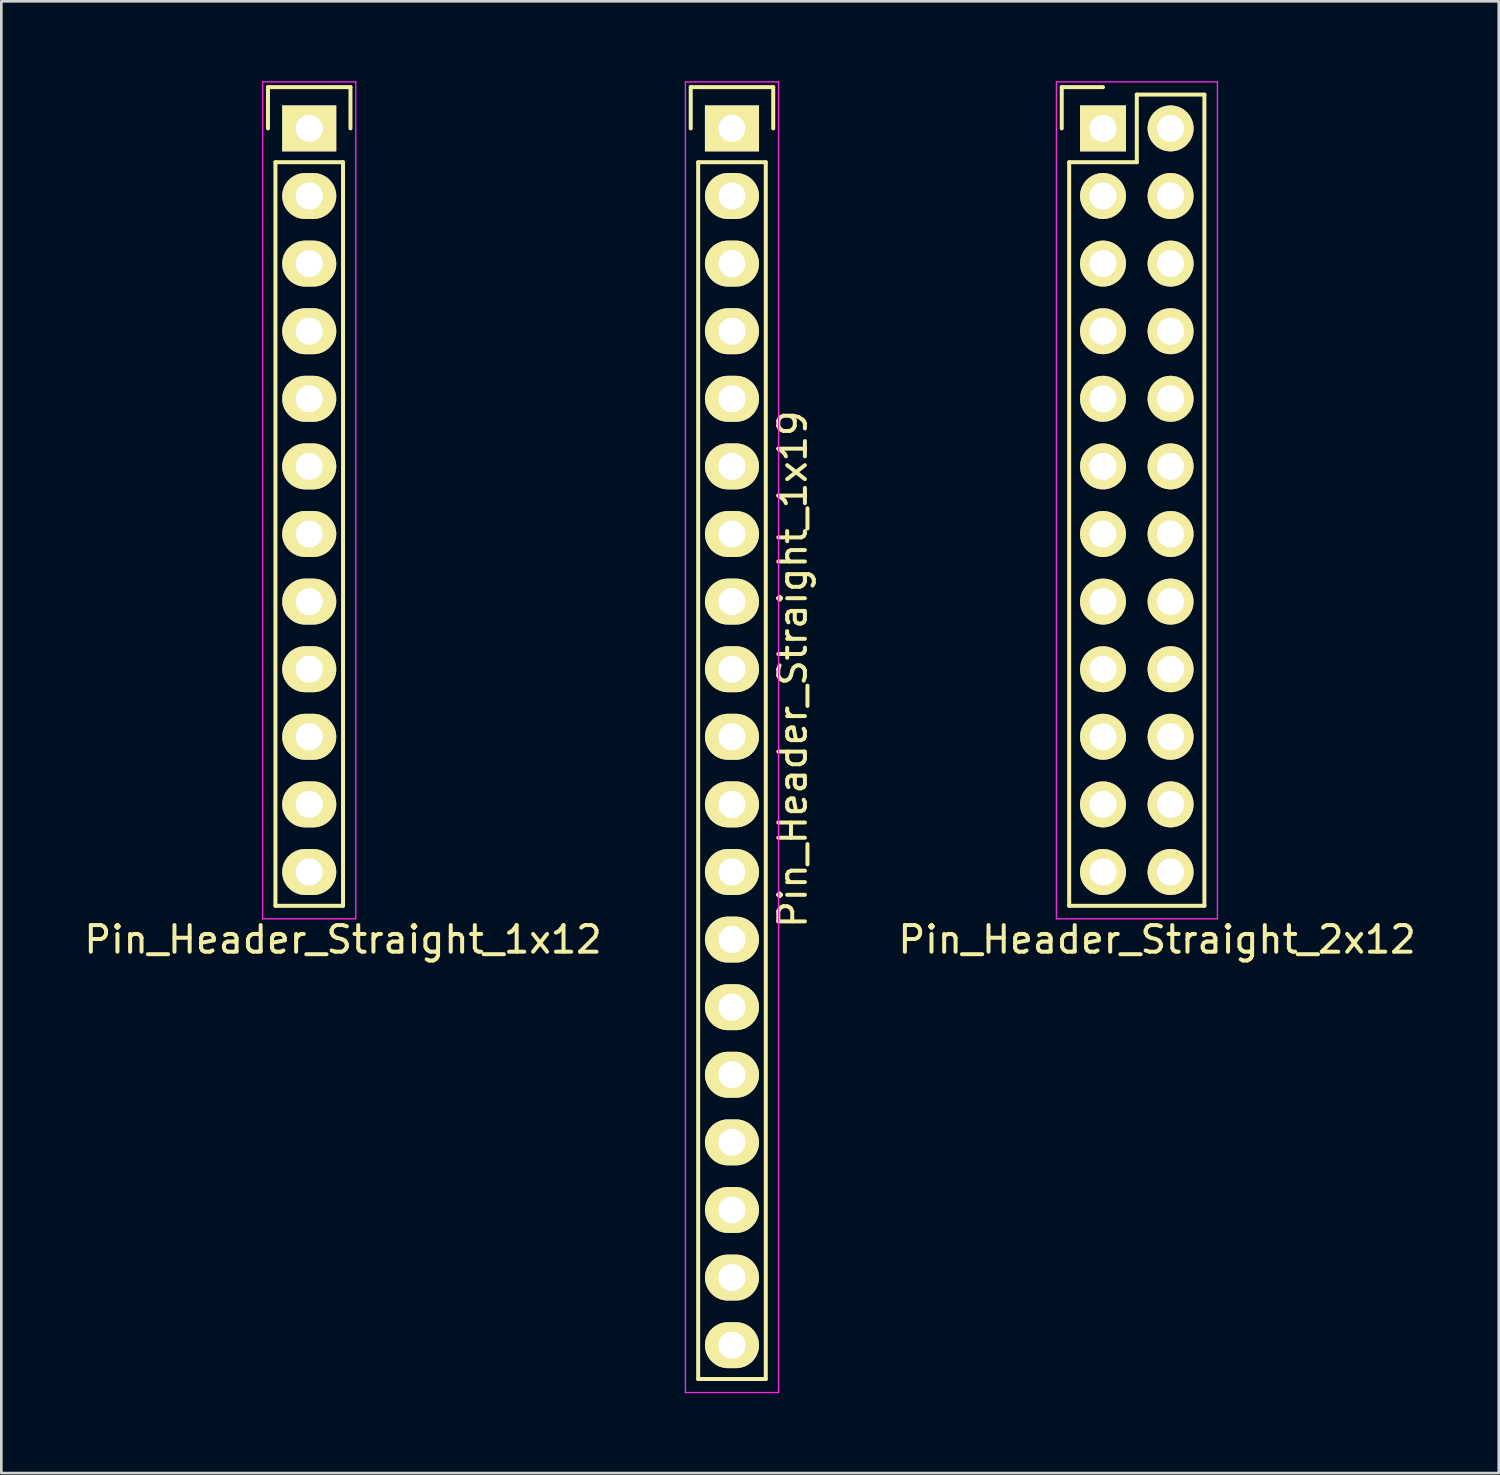
<source format=kicad_pcb>
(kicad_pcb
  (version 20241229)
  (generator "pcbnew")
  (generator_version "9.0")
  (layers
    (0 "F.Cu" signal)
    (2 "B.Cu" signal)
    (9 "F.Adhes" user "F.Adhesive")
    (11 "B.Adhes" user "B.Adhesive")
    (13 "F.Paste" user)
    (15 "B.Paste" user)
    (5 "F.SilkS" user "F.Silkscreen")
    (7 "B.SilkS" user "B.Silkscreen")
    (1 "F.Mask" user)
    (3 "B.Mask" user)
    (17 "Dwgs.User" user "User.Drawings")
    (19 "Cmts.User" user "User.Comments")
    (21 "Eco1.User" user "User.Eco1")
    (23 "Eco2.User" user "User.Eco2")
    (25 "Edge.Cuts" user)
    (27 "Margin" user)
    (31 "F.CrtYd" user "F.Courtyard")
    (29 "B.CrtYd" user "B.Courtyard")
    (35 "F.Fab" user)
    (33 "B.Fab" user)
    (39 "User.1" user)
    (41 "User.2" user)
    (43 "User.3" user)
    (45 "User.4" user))
  (footprint "Pin_Header_Straight_1x12"
    (layer "F.Cu")
    (at 8.569 1.775)
    (property "Reference" "Pin_Header_Straight_1x12" (at 1.27 30.48 0) (layer "F.SilkS") (effects (font (size 1 1) (thickness 0.15))))
    (attr through_hole)
    (fp_line (start -1.55 -1.55) (end 1.55 -1.55) (stroke (width 0.15) (type solid)) (layer "F.SilkS"))
    (fp_line (start -1.55 0) (end -1.55 -1.55) (stroke (width 0.15) (type solid)) (layer "F.SilkS"))
    (fp_line (start -1.27 29.21) (end -1.27 1.27) (stroke (width 0.15) (type solid)) (layer "F.SilkS"))
    (fp_line (start 1.27 1.27) (end -1.27 1.27) (stroke (width 0.15) (type solid)) (layer "F.SilkS"))
    (fp_line (start 1.27 1.27) (end 1.27 29.21) (stroke (width 0.15) (type solid)) (layer "F.SilkS"))
    (fp_line (start 1.27 29.21) (end -1.27 29.21) (stroke (width 0.15) (type solid)) (layer "F.SilkS"))
    (fp_line (start 1.55 -1.55) (end 1.55 0) (stroke (width 0.15) (type solid)) (layer "F.SilkS"))
    (fp_line (start -1.75 -1.75) (end -1.75 29.7) (stroke (width 0.05) (type solid)) (layer "F.CrtYd"))
    (fp_line (start -1.75 -1.75) (end 1.75 -1.75) (stroke (width 0.05) (type solid)) (layer "F.CrtYd"))
    (fp_line (start -1.75 29.7) (end 1.75 29.7) (stroke (width 0.05) (type solid)) (layer "F.CrtYd"))
    (fp_line (start 1.75 -1.75) (end 1.75 29.7) (stroke (width 0.05) (type solid)) (layer "F.CrtYd"))
    (pad "1" thru_hole rect (at 0 0) (size 2.032 1.727) (drill 1.016) (layers "*.Cu" "*.Mask" "F.SilkS"))
    (pad "2" thru_hole oval (at 0 2.54) (size 2.032 1.727) (drill 1.016) (layers "*.Cu" "*.Mask" "F.SilkS"))
    (pad "3" thru_hole oval (at 0 5.08) (size 2.032 1.727) (drill 1.016) (layers "*.Cu" "*.Mask" "F.SilkS"))
    (pad "4" thru_hole oval (at 0 7.62) (size 2.032 1.727) (drill 1.016) (layers "*.Cu" "*.Mask" "F.SilkS"))
    (pad "5" thru_hole oval (at 0 10.16) (size 2.032 1.727) (drill 1.016) (layers "*.Cu" "*.Mask" "F.SilkS"))
    (pad "6" thru_hole oval (at 0 12.7) (size 2.032 1.727) (drill 1.016) (layers "*.Cu" "*.Mask" "F.SilkS"))
    (pad "7" thru_hole oval (at 0 15.24) (size 2.032 1.727) (drill 1.016) (layers "*.Cu" "*.Mask" "F.SilkS"))
    (pad "8" thru_hole oval (at 0 17.78) (size 2.032 1.727) (drill 1.016) (layers "*.Cu" "*.Mask" "F.SilkS"))
    (pad "9" thru_hole oval (at 0 20.32) (size 2.032 1.727) (drill 1.016) (layers "*.Cu" "*.Mask" "F.SilkS"))
    (pad "10" thru_hole oval (at 0 22.86) (size 2.032 1.727) (drill 1.016) (layers "*.Cu" "*.Mask" "F.SilkS"))
    (pad "11" thru_hole oval (at 0 25.4) (size 2.032 1.727) (drill 1.016) (layers "*.Cu" "*.Mask" "F.SilkS"))
    (pad "12" thru_hole oval (at 0 27.94) (size 2.032 1.727) (drill 1.016) (layers "*.Cu" "*.Mask" "F.SilkS")))
  (footprint "Pin_Header_Straight_2x12"
    (layer "F.Cu")
    (at 38.395 1.775)
    (property "Reference" "Pin_Header_Straight_2x12" (at 2.032 30.48 0) (layer "F.SilkS") (effects (font (size 1 1) (thickness 0.15))))
    (attr through_hole)
    (fp_line (start -1.55 -1.55) (end -1.55 0) (stroke (width 0.15) (type solid)) (layer "F.SilkS"))
    (fp_line (start -1.27 1.27) (end -1.27 29.21) (stroke (width 0.15) (type solid)) (layer "F.SilkS"))
    (fp_line (start 0 -1.55) (end -1.55 -1.55) (stroke (width 0.15) (type solid)) (layer "F.SilkS"))
    (fp_line (start 1.27 -1.27) (end 1.27 1.27) (stroke (width 0.15) (type solid)) (layer "F.SilkS"))
    (fp_line (start 1.27 1.27) (end -1.27 1.27) (stroke (width 0.15) (type solid)) (layer "F.SilkS"))
    (fp_line (start 3.81 -1.27) (end 1.27 -1.27) (stroke (width 0.15) (type solid)) (layer "F.SilkS"))
    (fp_line (start 3.81 29.21) (end -1.27 29.21) (stroke (width 0.15) (type solid)) (layer "F.SilkS"))
    (fp_line (start 3.81 29.21) (end 3.81 -1.27) (stroke (width 0.15) (type solid)) (layer "F.SilkS"))
    (fp_line (start -1.75 -1.75) (end -1.75 29.7) (stroke (width 0.05) (type solid)) (layer "F.CrtYd"))
    (fp_line (start -1.75 -1.75) (end 4.3 -1.75) (stroke (width 0.05) (type solid)) (layer "F.CrtYd"))
    (fp_line (start -1.75 29.7) (end 4.3 29.7) (stroke (width 0.05) (type solid)) (layer "F.CrtYd"))
    (fp_line (start 4.3 -1.75) (end 4.3 29.7) (stroke (width 0.05) (type solid)) (layer "F.CrtYd"))
    (pad "1" thru_hole rect (at 0 0) (size 1.727 1.727) (drill 1.016) (layers "*.Cu" "*.Mask" "F.SilkS"))
    (pad "2" thru_hole oval (at 2.54 0) (size 1.727 1.727) (drill 1.016) (layers "*.Cu" "*.Mask" "F.SilkS"))
    (pad "3" thru_hole oval (at 0 2.54) (size 1.727 1.727) (drill 1.016) (layers "*.Cu" "*.Mask" "F.SilkS"))
    (pad "4" thru_hole oval (at 2.54 2.54) (size 1.727 1.727) (drill 1.016) (layers "*.Cu" "*.Mask" "F.SilkS"))
    (pad "5" thru_hole oval (at 0 5.08) (size 1.727 1.727) (drill 1.016) (layers "*.Cu" "*.Mask" "F.SilkS"))
    (pad "6" thru_hole oval (at 2.54 5.08) (size 1.727 1.727) (drill 1.016) (layers "*.Cu" "*.Mask" "F.SilkS"))
    (pad "7" thru_hole oval (at 0 7.62) (size 1.727 1.727) (drill 1.016) (layers "*.Cu" "*.Mask" "F.SilkS"))
    (pad "8" thru_hole oval (at 2.54 7.62) (size 1.727 1.727) (drill 1.016) (layers "*.Cu" "*.Mask" "F.SilkS"))
    (pad "9" thru_hole oval (at 0 10.16) (size 1.727 1.727) (drill 1.016) (layers "*.Cu" "*.Mask" "F.SilkS"))
    (pad "10" thru_hole oval (at 2.54 10.16) (size 1.727 1.727) (drill 1.016) (layers "*.Cu" "*.Mask" "F.SilkS"))
    (pad "11" thru_hole oval (at 0 12.7) (size 1.727 1.727) (drill 1.016) (layers "*.Cu" "*.Mask" "F.SilkS"))
    (pad "12" thru_hole oval (at 2.54 12.7) (size 1.727 1.727) (drill 1.016) (layers "*.Cu" "*.Mask" "F.SilkS"))
    (pad "13" thru_hole oval (at 0 15.24) (size 1.727 1.727) (drill 1.016) (layers "*.Cu" "*.Mask" "F.SilkS"))
    (pad "14" thru_hole oval (at 2.54 15.24) (size 1.727 1.727) (drill 1.016) (layers "*.Cu" "*.Mask" "F.SilkS"))
    (pad "15" thru_hole oval (at 0 17.78) (size 1.727 1.727) (drill 1.016) (layers "*.Cu" "*.Mask" "F.SilkS"))
    (pad "16" thru_hole oval (at 2.54 17.78) (size 1.727 1.727) (drill 1.016) (layers "*.Cu" "*.Mask" "F.SilkS"))
    (pad "17" thru_hole oval (at 0 20.32) (size 1.727 1.727) (drill 1.016) (layers "*.Cu" "*.Mask" "F.SilkS"))
    (pad "18" thru_hole oval (at 2.54 20.32) (size 1.727 1.727) (drill 1.016) (layers "*.Cu" "*.Mask" "F.SilkS"))
    (pad "19" thru_hole oval (at 0 22.86) (size 1.727 1.727) (drill 1.016) (layers "*.Cu" "*.Mask" "F.SilkS"))
    (pad "20" thru_hole oval (at 2.54 22.86) (size 1.727 1.727) (drill 1.016) (layers "*.Cu" "*.Mask" "F.SilkS"))
    (pad "21" thru_hole oval (at 0 25.4) (size 1.727 1.727) (drill 1.016) (layers "*.Cu" "*.Mask" "F.SilkS"))
    (pad "22" thru_hole oval (at 2.54 25.4) (size 1.727 1.727) (drill 1.016) (layers "*.Cu" "*.Mask" "F.SilkS"))
    (pad "23" thru_hole oval (at 0 27.94) (size 1.727 1.727) (drill 1.016) (layers "*.Cu" "*.Mask" "F.SilkS"))
    (pad "24" thru_hole oval (at 2.54 27.94) (size 1.727 1.727) (drill 1.016) (layers "*.Cu" "*.Mask" "F.SilkS")))
  (footprint "Pin_Header_Straight_1x19"
    (layer "F.Cu")
    (at 24.454 1.775)
    (property "Reference" "Pin_Header_Straight_1x19" (at 2.286 20.32 90) (layer "F.SilkS") (effects (font (size 1 1) (thickness 0.15))))
    (attr through_hole)
    (fp_line (start -1.55 -1.55) (end 1.55 -1.55) (stroke (width 0.15) (type solid)) (layer "F.SilkS"))
    (fp_line (start -1.55 0) (end -1.55 -1.55) (stroke (width 0.15) (type solid)) (layer "F.SilkS"))
    (fp_line (start -1.27 46.99) (end -1.27 1.27) (stroke (width 0.15) (type solid)) (layer "F.SilkS"))
    (fp_line (start 1.27 1.27) (end -1.27 1.27) (stroke (width 0.15) (type solid)) (layer "F.SilkS"))
    (fp_line (start 1.27 1.27) (end 1.27 46.99) (stroke (width 0.15) (type solid)) (layer "F.SilkS"))
    (fp_line (start 1.27 46.99) (end -1.27 46.99) (stroke (width 0.15) (type solid)) (layer "F.SilkS"))
    (fp_line (start 1.55 -1.55) (end 1.55 0) (stroke (width 0.15) (type solid)) (layer "F.SilkS"))
    (fp_line (start -1.75 -1.75) (end -1.75 47.5) (stroke (width 0.05) (type solid)) (layer "F.CrtYd"))
    (fp_line (start -1.75 -1.75) (end 1.75 -1.75) (stroke (width 0.05) (type solid)) (layer "F.CrtYd"))
    (fp_line (start -1.75 47.5) (end 1.75 47.5) (stroke (width 0.05) (type solid)) (layer "F.CrtYd"))
    (fp_line (start 1.75 -1.75) (end 1.75 47.5) (stroke (width 0.05) (type solid)) (layer "F.CrtYd"))
    (pad "1" thru_hole rect (at 0 0) (size 2.032 1.727) (drill 1.016) (layers "*.Cu" "*.Mask" "F.SilkS"))
    (pad "2" thru_hole oval (at 0 2.54) (size 2.032 1.727) (drill 1.016) (layers "*.Cu" "*.Mask" "F.SilkS"))
    (pad "3" thru_hole oval (at 0 5.08) (size 2.032 1.727) (drill 1.016) (layers "*.Cu" "*.Mask" "F.SilkS"))
    (pad "4" thru_hole oval (at 0 7.62) (size 2.032 1.727) (drill 1.016) (layers "*.Cu" "*.Mask" "F.SilkS"))
    (pad "5" thru_hole oval (at 0 10.16) (size 2.032 1.727) (drill 1.016) (layers "*.Cu" "*.Mask" "F.SilkS"))
    (pad "6" thru_hole oval (at 0 12.7) (size 2.032 1.727) (drill 1.016) (layers "*.Cu" "*.Mask" "F.SilkS"))
    (pad "7" thru_hole oval (at 0 15.24) (size 2.032 1.727) (drill 1.016) (layers "*.Cu" "*.Mask" "F.SilkS"))
    (pad "8" thru_hole oval (at 0 17.78) (size 2.032 1.727) (drill 1.016) (layers "*.Cu" "*.Mask" "F.SilkS"))
    (pad "9" thru_hole oval (at 0 20.32) (size 2.032 1.727) (drill 1.016) (layers "*.Cu" "*.Mask" "F.SilkS"))
    (pad "10" thru_hole oval (at 0 22.86) (size 2.032 1.727) (drill 1.016) (layers "*.Cu" "*.Mask" "F.SilkS"))
    (pad "11" thru_hole oval (at 0 25.4) (size 2.032 1.727) (drill 1.016) (layers "*.Cu" "*.Mask" "F.SilkS"))
    (pad "12" thru_hole oval (at 0 27.94) (size 2.032 1.727) (drill 1.016) (layers "*.Cu" "*.Mask" "F.SilkS"))
    (pad "13" thru_hole oval (at 0 30.48) (size 2.032 1.727) (drill 1.016) (layers "*.Cu" "*.Mask" "F.SilkS"))
    (pad "14" thru_hole oval (at 0 33.02) (size 2.032 1.727) (drill 1.016) (layers "*.Cu" "*.Mask" "F.SilkS"))
    (pad "15" thru_hole oval (at 0 35.56) (size 2.032 1.727) (drill 1.016) (layers "*.Cu" "*.Mask" "F.SilkS"))
    (pad "16" thru_hole oval (at 0 38.1) (size 2.032 1.727) (drill 1.016) (layers "*.Cu" "*.Mask" "F.SilkS"))
    (pad "17" thru_hole oval (at 0 40.64) (size 2.032 1.727) (drill 1.016) (layers "*.Cu" "*.Mask" "F.SilkS"))
    (pad "18" thru_hole oval (at 0 43.18) (size 2.032 1.727) (drill 1.016) (layers "*.Cu" "*.Mask" "F.SilkS"))
    (pad "19" thru_hole oval (at 0 45.72) (size 2.032 1.727) (drill 1.016) (layers "*.Cu" "*.Mask" "F.SilkS")))
  (gr_rect
    (start -3 -3)
    (end 53.266 52.3)
    (stroke (width 0.1) (type default))
    (fill no)
    (layer "Edge.Cuts")))
</source>
